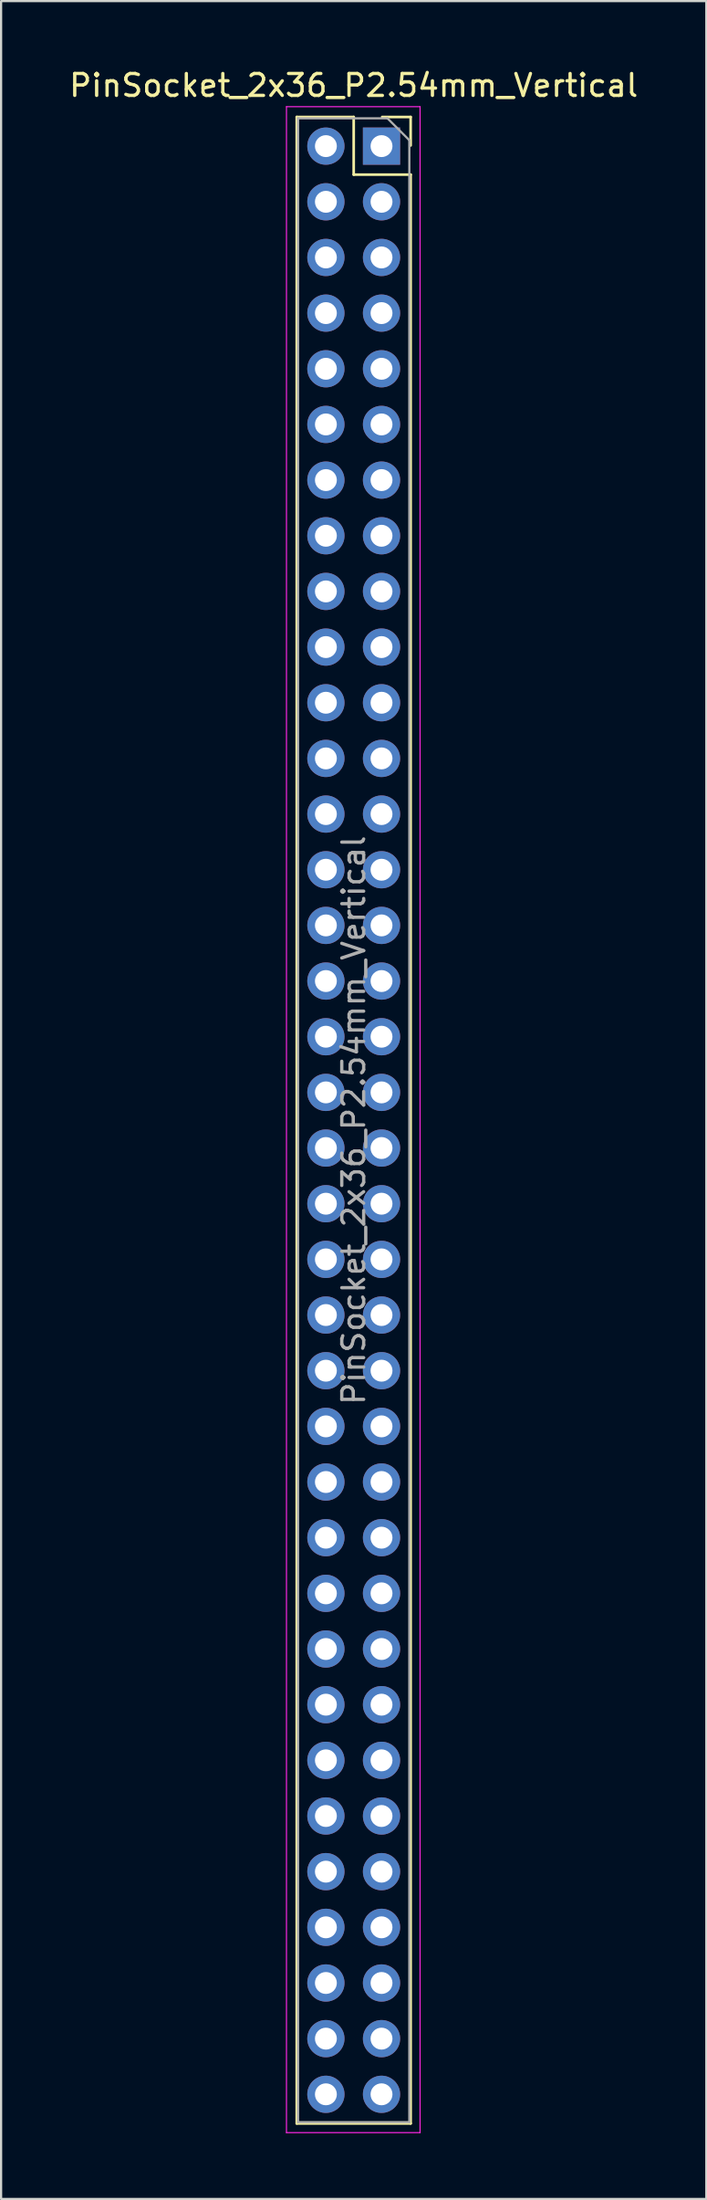
<source format=kicad_pcb>
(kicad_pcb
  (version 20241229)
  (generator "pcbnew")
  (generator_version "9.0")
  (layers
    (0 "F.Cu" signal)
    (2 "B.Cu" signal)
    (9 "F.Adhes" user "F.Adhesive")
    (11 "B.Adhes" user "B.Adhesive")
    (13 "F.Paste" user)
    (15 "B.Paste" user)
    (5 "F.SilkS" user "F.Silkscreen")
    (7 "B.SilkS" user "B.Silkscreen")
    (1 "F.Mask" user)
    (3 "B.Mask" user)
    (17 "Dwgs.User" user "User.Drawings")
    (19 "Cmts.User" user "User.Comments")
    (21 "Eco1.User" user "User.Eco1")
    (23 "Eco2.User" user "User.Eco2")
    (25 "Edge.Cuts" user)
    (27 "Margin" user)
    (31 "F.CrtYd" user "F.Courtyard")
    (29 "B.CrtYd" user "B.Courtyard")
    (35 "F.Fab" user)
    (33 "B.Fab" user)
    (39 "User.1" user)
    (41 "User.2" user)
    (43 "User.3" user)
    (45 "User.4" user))
  (footprint "PinSocket_2x36_P2.54mm_Vertical"
    (layer "F.Cu")
    (at 14.371 3.618)
    (property "Reference" "PinSocket_2x36_P2.54mm_Vertical" (at -1.27 -2.77 0) (layer "F.SilkS") (effects (font (size 1 1) (thickness 0.15))))
    (attr through_hole)
    (fp_line (start -3.87 -1.33) (end -3.87 90.23) (stroke (width 0.12) (type solid)) (layer "F.SilkS"))
    (fp_line (start -3.87 90.23) (end 1.33 90.23) (stroke (width 0.12) (type solid)) (layer "F.SilkS"))
    (fp_line (start -1.27 -1.33) (end -3.87 -1.33) (stroke (width 0.12) (type solid)) (layer "F.SilkS"))
    (fp_line (start -1.27 1.3) (end -1.27 -1.33) (stroke (width 0.12) (type solid)) (layer "F.SilkS"))
    (fp_line (start 1.33 -1.33) (end 0.03 -1.33) (stroke (width 0.12) (type solid)) (layer "F.SilkS"))
    (fp_line (start 1.33 -0.03) (end 1.33 -1.33) (stroke (width 0.12) (type solid)) (layer "F.SilkS"))
    (fp_line (start 1.33 1.3) (end -1.27 1.3) (stroke (width 0.12) (type solid)) (layer "F.SilkS"))
    (fp_line (start 1.33 90.23) (end 1.33 1.3) (stroke (width 0.12) (type solid)) (layer "F.SilkS"))
    (fp_line (start -4.34 -1.8) (end 1.76 -1.8) (stroke (width 0.05) (type solid)) (layer "F.CrtYd"))
    (fp_line (start -4.34 90.65) (end -4.34 -1.8) (stroke (width 0.05) (type solid)) (layer "F.CrtYd"))
    (fp_line (start 1.76 -1.8) (end 1.76 90.65) (stroke (width 0.05) (type solid)) (layer "F.CrtYd"))
    (fp_line (start 1.76 90.65) (end -4.34 90.65) (stroke (width 0.05) (type solid)) (layer "F.CrtYd"))
    (fp_line (start -3.81 -1.27) (end 0.27 -1.27) (stroke (width 0.1) (type solid)) (layer "F.Fab"))
    (fp_line (start -3.81 90.17) (end -3.81 -1.27) (stroke (width 0.1) (type solid)) (layer "F.Fab"))
    (fp_line (start 0.27 -1.27) (end 1.27 -0.27) (stroke (width 0.1) (type solid)) (layer "F.Fab"))
    (fp_line (start 1.27 -0.27) (end 1.27 90.17) (stroke (width 0.1) (type solid)) (layer "F.Fab"))
    (fp_line (start 1.27 90.17) (end -3.81 90.17) (stroke (width 0.1) (type solid)) (layer "F.Fab"))
    (fp_text user "${REFERENCE}" (at -1.27 44.45 90) (layer "F.Fab") (effects (font (size 1 1) (thickness 0.15))))
    (pad "1" thru_hole rect (at 0 0) (size 1.7 1.7) (drill 1) (layers "*.Cu" "*.Mask"))
    (pad "2" thru_hole oval (at -2.54 0) (size 1.7 1.7) (drill 1) (layers "*.Cu" "*.Mask"))
    (pad "3" thru_hole oval (at 0 2.54) (size 1.7 1.7) (drill 1) (layers "*.Cu" "*.Mask"))
    (pad "4" thru_hole oval (at -2.54 2.54) (size 1.7 1.7) (drill 1) (layers "*.Cu" "*.Mask"))
    (pad "5" thru_hole oval (at 0 5.08) (size 1.7 1.7) (drill 1) (layers "*.Cu" "*.Mask"))
    (pad "6" thru_hole oval (at -2.54 5.08) (size 1.7 1.7) (drill 1) (layers "*.Cu" "*.Mask"))
    (pad "7" thru_hole oval (at 0 7.62) (size 1.7 1.7) (drill 1) (layers "*.Cu" "*.Mask"))
    (pad "8" thru_hole oval (at -2.54 7.62) (size 1.7 1.7) (drill 1) (layers "*.Cu" "*.Mask"))
    (pad "9" thru_hole oval (at 0 10.16) (size 1.7 1.7) (drill 1) (layers "*.Cu" "*.Mask"))
    (pad "10" thru_hole oval (at -2.54 10.16) (size 1.7 1.7) (drill 1) (layers "*.Cu" "*.Mask"))
    (pad "11" thru_hole oval (at 0 12.7) (size 1.7 1.7) (drill 1) (layers "*.Cu" "*.Mask"))
    (pad "12" thru_hole oval (at -2.54 12.7) (size 1.7 1.7) (drill 1) (layers "*.Cu" "*.Mask"))
    (pad "13" thru_hole oval (at 0 15.24) (size 1.7 1.7) (drill 1) (layers "*.Cu" "*.Mask"))
    (pad "14" thru_hole oval (at -2.54 15.24) (size 1.7 1.7) (drill 1) (layers "*.Cu" "*.Mask"))
    (pad "15" thru_hole oval (at 0 17.78) (size 1.7 1.7) (drill 1) (layers "*.Cu" "*.Mask"))
    (pad "16" thru_hole oval (at -2.54 17.78) (size 1.7 1.7) (drill 1) (layers "*.Cu" "*.Mask"))
    (pad "17" thru_hole oval (at 0 20.32) (size 1.7 1.7) (drill 1) (layers "*.Cu" "*.Mask"))
    (pad "18" thru_hole oval (at -2.54 20.32) (size 1.7 1.7) (drill 1) (layers "*.Cu" "*.Mask"))
    (pad "19" thru_hole oval (at 0 22.86) (size 1.7 1.7) (drill 1) (layers "*.Cu" "*.Mask"))
    (pad "20" thru_hole oval (at -2.54 22.86) (size 1.7 1.7) (drill 1) (layers "*.Cu" "*.Mask"))
    (pad "21" thru_hole oval (at 0 25.4) (size 1.7 1.7) (drill 1) (layers "*.Cu" "*.Mask"))
    (pad "22" thru_hole oval (at -2.54 25.4) (size 1.7 1.7) (drill 1) (layers "*.Cu" "*.Mask"))
    (pad "23" thru_hole oval (at 0 27.94) (size 1.7 1.7) (drill 1) (layers "*.Cu" "*.Mask"))
    (pad "24" thru_hole oval (at -2.54 27.94) (size 1.7 1.7) (drill 1) (layers "*.Cu" "*.Mask"))
    (pad "25" thru_hole oval (at 0 30.48) (size 1.7 1.7) (drill 1) (layers "*.Cu" "*.Mask"))
    (pad "26" thru_hole oval (at -2.54 30.48) (size 1.7 1.7) (drill 1) (layers "*.Cu" "*.Mask"))
    (pad "27" thru_hole oval (at 0 33.02) (size 1.7 1.7) (drill 1) (layers "*.Cu" "*.Mask"))
    (pad "28" thru_hole oval (at -2.54 33.02) (size 1.7 1.7) (drill 1) (layers "*.Cu" "*.Mask"))
    (pad "29" thru_hole oval (at 0 35.56) (size 1.7 1.7) (drill 1) (layers "*.Cu" "*.Mask"))
    (pad "30" thru_hole oval (at -2.54 35.56) (size 1.7 1.7) (drill 1) (layers "*.Cu" "*.Mask"))
    (pad "31" thru_hole oval (at 0 38.1) (size 1.7 1.7) (drill 1) (layers "*.Cu" "*.Mask"))
    (pad "32" thru_hole oval (at -2.54 38.1) (size 1.7 1.7) (drill 1) (layers "*.Cu" "*.Mask"))
    (pad "33" thru_hole oval (at 0 40.64) (size 1.7 1.7) (drill 1) (layers "*.Cu" "*.Mask"))
    (pad "34" thru_hole oval (at -2.54 40.64) (size 1.7 1.7) (drill 1) (layers "*.Cu" "*.Mask"))
    (pad "35" thru_hole oval (at 0 43.18) (size 1.7 1.7) (drill 1) (layers "*.Cu" "*.Mask"))
    (pad "36" thru_hole oval (at -2.54 43.18) (size 1.7 1.7) (drill 1) (layers "*.Cu" "*.Mask"))
    (pad "37" thru_hole oval (at 0 45.72) (size 1.7 1.7) (drill 1) (layers "*.Cu" "*.Mask"))
    (pad "38" thru_hole oval (at -2.54 45.72) (size 1.7 1.7) (drill 1) (layers "*.Cu" "*.Mask"))
    (pad "39" thru_hole oval (at 0 48.26) (size 1.7 1.7) (drill 1) (layers "*.Cu" "*.Mask"))
    (pad "40" thru_hole oval (at -2.54 48.26) (size 1.7 1.7) (drill 1) (layers "*.Cu" "*.Mask"))
    (pad "41" thru_hole oval (at 0 50.8) (size 1.7 1.7) (drill 1) (layers "*.Cu" "*.Mask"))
    (pad "42" thru_hole oval (at -2.54 50.8) (size 1.7 1.7) (drill 1) (layers "*.Cu" "*.Mask"))
    (pad "43" thru_hole oval (at 0 53.34) (size 1.7 1.7) (drill 1) (layers "*.Cu" "*.Mask"))
    (pad "44" thru_hole oval (at -2.54 53.34) (size 1.7 1.7) (drill 1) (layers "*.Cu" "*.Mask"))
    (pad "45" thru_hole oval (at 0 55.88) (size 1.7 1.7) (drill 1) (layers "*.Cu" "*.Mask"))
    (pad "46" thru_hole oval (at -2.54 55.88) (size 1.7 1.7) (drill 1) (layers "*.Cu" "*.Mask"))
    (pad "47" thru_hole oval (at 0 58.42) (size 1.7 1.7) (drill 1) (layers "*.Cu" "*.Mask"))
    (pad "48" thru_hole oval (at -2.54 58.42) (size 1.7 1.7) (drill 1) (layers "*.Cu" "*.Mask"))
    (pad "49" thru_hole oval (at 0 60.96) (size 1.7 1.7) (drill 1) (layers "*.Cu" "*.Mask"))
    (pad "50" thru_hole oval (at -2.54 60.96) (size 1.7 1.7) (drill 1) (layers "*.Cu" "*.Mask"))
    (pad "51" thru_hole oval (at 0 63.5) (size 1.7 1.7) (drill 1) (layers "*.Cu" "*.Mask"))
    (pad "52" thru_hole oval (at -2.54 63.5) (size 1.7 1.7) (drill 1) (layers "*.Cu" "*.Mask"))
    (pad "53" thru_hole oval (at 0 66.04) (size 1.7 1.7) (drill 1) (layers "*.Cu" "*.Mask"))
    (pad "54" thru_hole oval (at -2.54 66.04) (size 1.7 1.7) (drill 1) (layers "*.Cu" "*.Mask"))
    (pad "55" thru_hole oval (at 0 68.58) (size 1.7 1.7) (drill 1) (layers "*.Cu" "*.Mask"))
    (pad "56" thru_hole oval (at -2.54 68.58) (size 1.7 1.7) (drill 1) (layers "*.Cu" "*.Mask"))
    (pad "57" thru_hole oval (at 0 71.12) (size 1.7 1.7) (drill 1) (layers "*.Cu" "*.Mask"))
    (pad "58" thru_hole oval (at -2.54 71.12) (size 1.7 1.7) (drill 1) (layers "*.Cu" "*.Mask"))
    (pad "59" thru_hole oval (at 0 73.66) (size 1.7 1.7) (drill 1) (layers "*.Cu" "*.Mask"))
    (pad "60" thru_hole oval (at -2.54 73.66) (size 1.7 1.7) (drill 1) (layers "*.Cu" "*.Mask"))
    (pad "61" thru_hole oval (at 0 76.2) (size 1.7 1.7) (drill 1) (layers "*.Cu" "*.Mask"))
    (pad "62" thru_hole oval (at -2.54 76.2) (size 1.7 1.7) (drill 1) (layers "*.Cu" "*.Mask"))
    (pad "63" thru_hole oval (at 0 78.74) (size 1.7 1.7) (drill 1) (layers "*.Cu" "*.Mask"))
    (pad "64" thru_hole oval (at -2.54 78.74) (size 1.7 1.7) (drill 1) (layers "*.Cu" "*.Mask"))
    (pad "65" thru_hole oval (at 0 81.28) (size 1.7 1.7) (drill 1) (layers "*.Cu" "*.Mask"))
    (pad "66" thru_hole oval (at -2.54 81.28) (size 1.7 1.7) (drill 1) (layers "*.Cu" "*.Mask"))
    (pad "67" thru_hole oval (at 0 83.82) (size 1.7 1.7) (drill 1) (layers "*.Cu" "*.Mask"))
    (pad "68" thru_hole oval (at -2.54 83.82) (size 1.7 1.7) (drill 1) (layers "*.Cu" "*.Mask"))
    (pad "69" thru_hole oval (at 0 86.36) (size 1.7 1.7) (drill 1) (layers "*.Cu" "*.Mask"))
    (pad "70" thru_hole oval (at -2.54 86.36) (size 1.7 1.7) (drill 1) (layers "*.Cu" "*.Mask"))
    (pad "71" thru_hole oval (at 0 88.9) (size 1.7 1.7) (drill 1) (layers "*.Cu" "*.Mask"))
    (pad "72" thru_hole oval (at -2.54 88.9) (size 1.7 1.7) (drill 1) (layers "*.Cu" "*.Mask")))
  (gr_rect
    (start -3 -3)
    (end 29.202 97.293)
    (stroke (width 0.1) (type default))
    (fill no)
    (layer "Edge.Cuts")))
</source>
